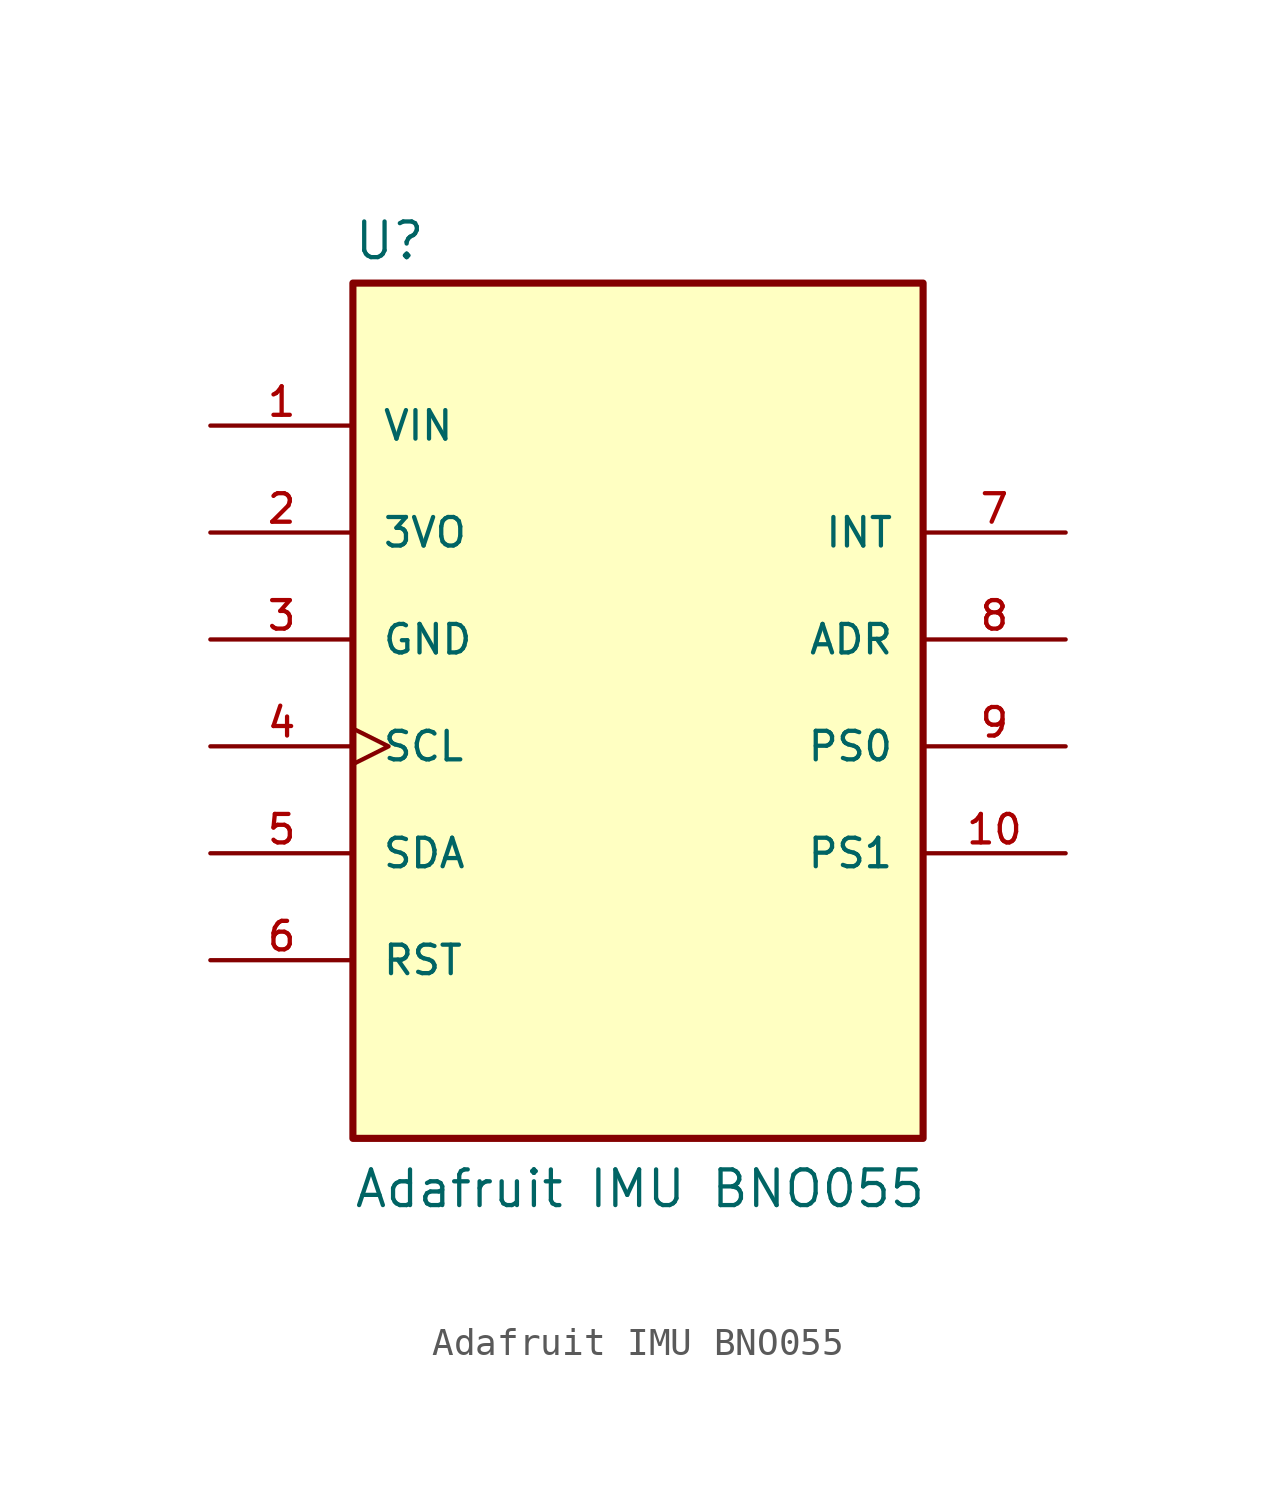
<source format=kicad_sym>
(kicad_symbol_lib
  (version 20231120)
  (generator "kicad_symbol_editor")
  (generator_version "8.0")
  (symbol "Adafruit IMU BNO055"
    (pin_names
      (offset 1.016))
    (property "Reference" "U"
      (at -10.16 14.732 0)
      (effects (font (size 1.27 1.27)) (justify left bottom)))
    (property "Value" "Adafruit IMU BNO055"
      (at -10.16 -19.05 0)
      (effects (font (size 1.27 1.27)) (justify left bottom)))
    (symbol "Adafruit IMU BNO055_0_0"
      (rectangle (start -10.16 13.97) (end 10.16 -16.51) (stroke (width 0.254) (type default)) (fill (type background))))
    (symbol "Adafruit IMU BNO055_1_0"
      (pin input line (at -15.24 8.89 0) (length 5.08) (name "VIN" (effects (font (size 1.016 1.016)))) (number "1" (effects (font (size 1.016 1.016)))))
      (pin bidirectional line (at 15.24 -6.35 180) (length 5.08) (name "PS1" (effects (font (size 1.016 1.016)))) (number "10" (effects (font (size 1.016 1.016)))))
      (pin output line (at -15.24 5.08 0) (length 5.08) (name "3VO" (effects (font (size 1.016 1.016)))) (number "2" (effects (font (size 1.016 1.016)))))
      (pin power_in line (at -15.24 1.27 0) (length 5.08) (name "GND" (effects (font (size 1.016 1.016)))) (number "3" (effects (font (size 1.016 1.016)))))
      (pin bidirectional clock (at -15.24 -2.54 0) (length 5.08) (name "SCL" (effects (font (size 1.016 1.016)))) (number "4" (effects (font (size 1.016 1.016)))))
      (pin bidirectional line (at -15.24 -6.35 0) (length 5.08) (name "SDA" (effects (font (size 1.016 1.016)))) (number "5" (effects (font (size 1.016 1.016)))))
      (pin input line (at -15.24 -10.16 0) (length 5.08) (name "RST" (effects (font (size 1.016 1.016)))) (number "6" (effects (font (size 1.016 1.016)))))
      (pin output line (at 15.24 5.08 180) (length 5.08) (name "INT" (effects (font (size 1.016 1.016)))) (number "7" (effects (font (size 1.016 1.016)))))
      (pin bidirectional line (at 15.24 1.27 180) (length 5.08) (name "ADR" (effects (font (size 1.016 1.016)))) (number "8" (effects (font (size 1.016 1.016)))))
      (pin output line (at 15.24 -2.54 180) (length 5.08) (name "PS0" (effects (font (size 1.016 1.016)))) (number "9" (effects (font (size 1.016 1.016))))))))
</source>
